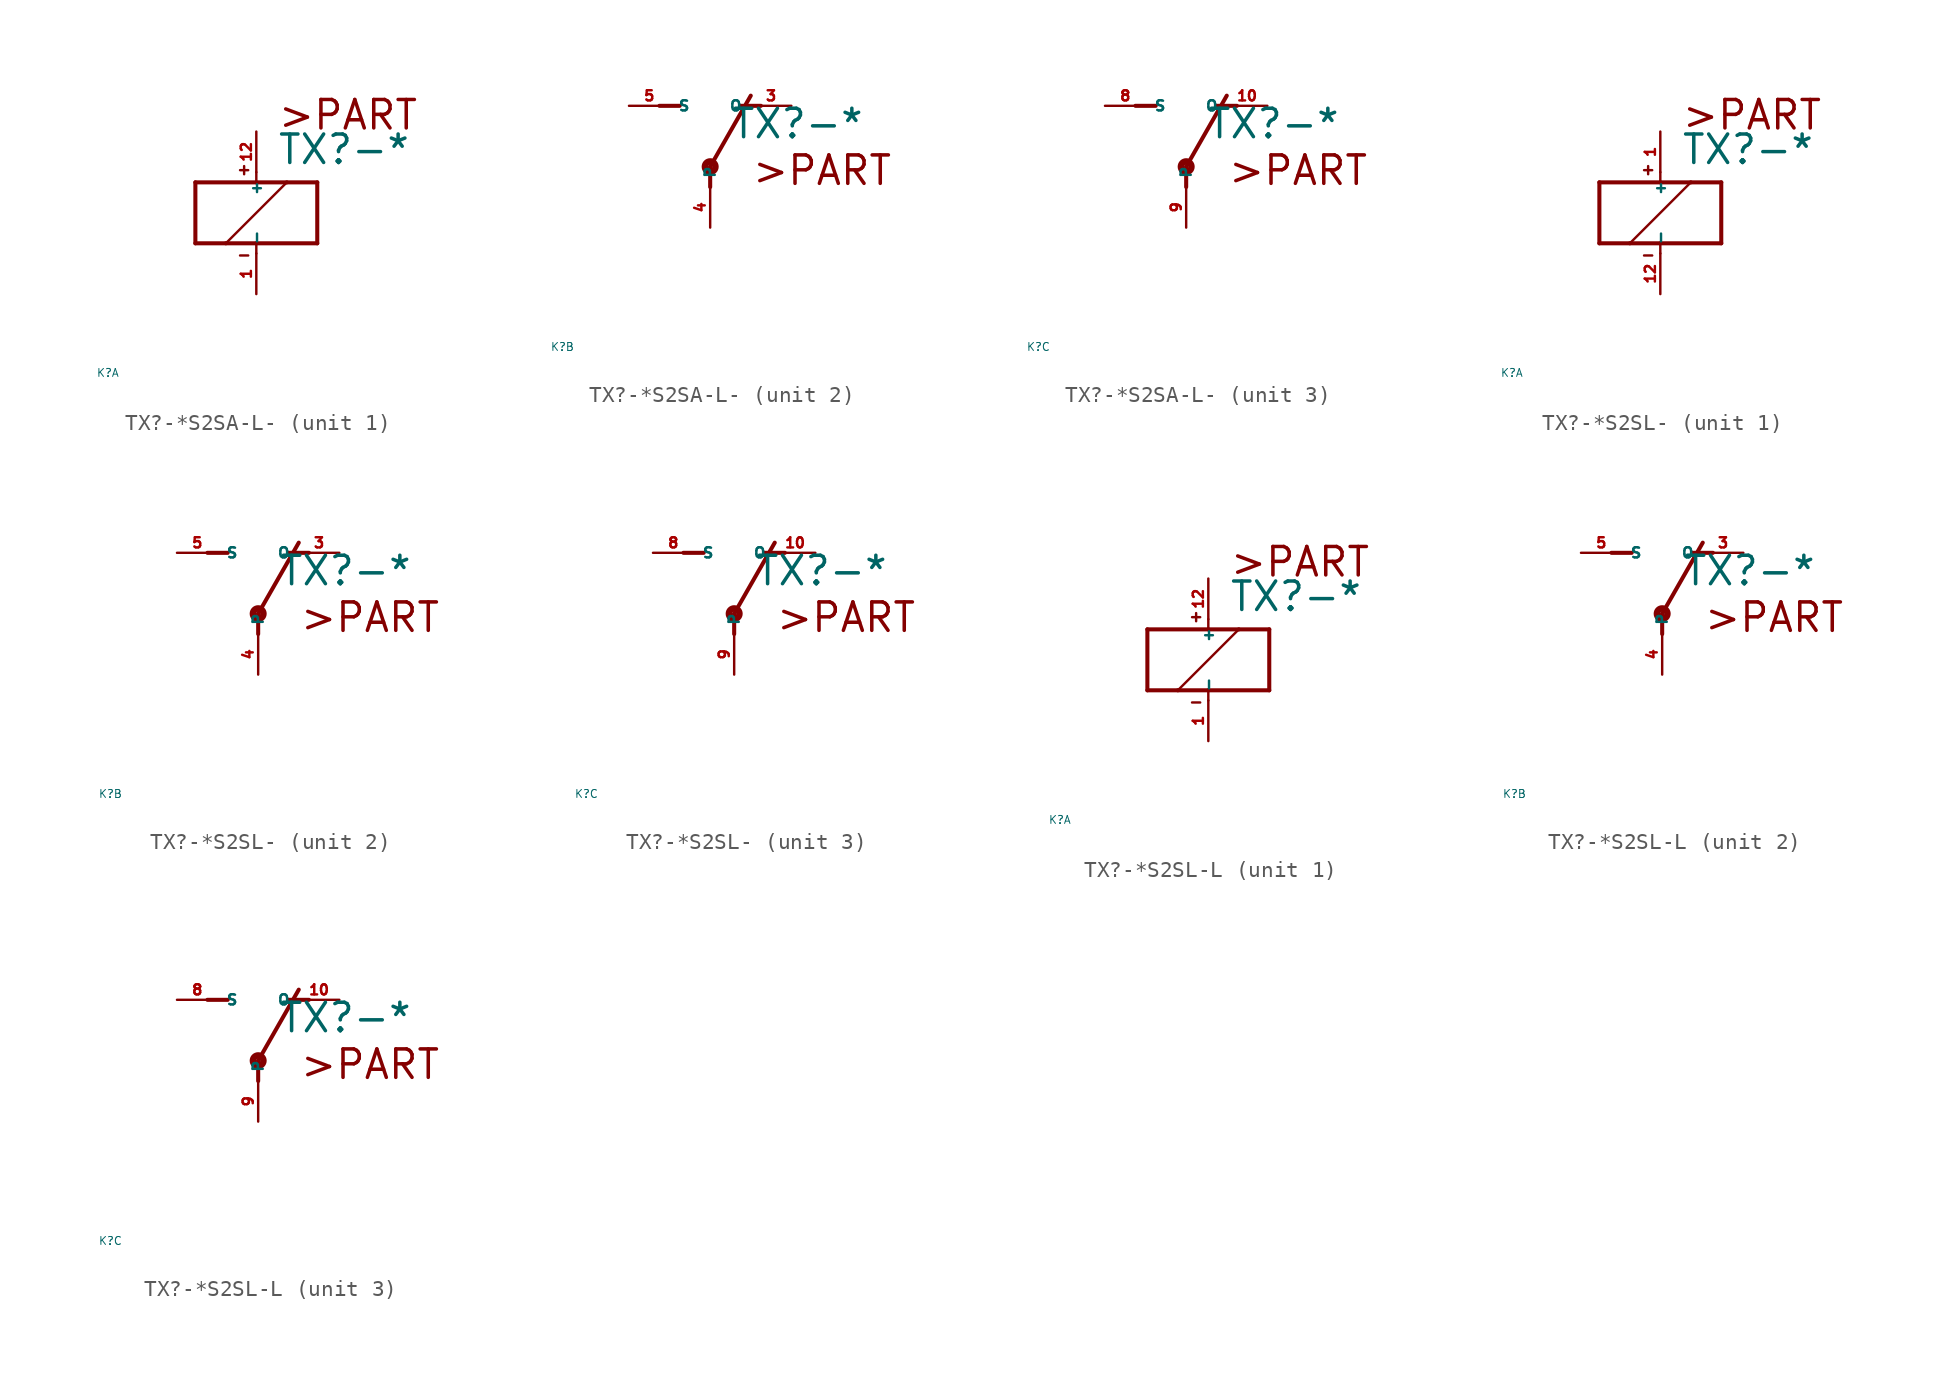
<source format=kicad_sym>
(kicad_symbol_lib
  (version 20220914)
  (generator Eagle2Kicad)
  (symbol "TX?-*S2SA-L-"
    (property "Reference" "K"
      (at -10 -10 0)
      (effects (font (size 0.5 0.5) (thickness 0.06)) (justify left)))
    (property "Value" "TX?-*"
      (at 1.27 2.921 0)
      (effects (font (size 1.778 1.778) (thickness 0.22)) (justify left bottom)))
    (symbol "TX?-*S2SA-L-_1_0"
      (polyline (pts (xy -3.81 -1.905) (xy -1.905 -1.905)) (stroke (width 0.254) (type default)) (fill (type none)))
      (polyline (pts (xy 3.81 -1.905) (xy 3.81 1.905)) (stroke (width 0.254) (type default)) (fill (type none)))
      (polyline (pts (xy 3.81 1.905) (xy 1.905 1.905)) (stroke (width 0.254) (type default)) (fill (type none)))
      (polyline (pts (xy -3.81 1.905) (xy -3.81 -1.905)) (stroke (width 0.254) (type default)) (fill (type none)))
      (polyline (pts (xy 0 -2.54) (xy 0 -1.905)) (stroke (width 0.152) (type default)) (fill (type none)))
      (polyline (pts (xy 0 -1.905) (xy 3.81 -1.905)) (stroke (width 0.254) (type default)) (fill (type none)))
      (polyline (pts (xy 0 2.54) (xy 0 1.905)) (stroke (width 0.152) (type default)) (fill (type none)))
      (polyline (pts (xy 0 1.905) (xy -3.81 1.905)) (stroke (width 0.254) (type default)) (fill (type none)))
      (polyline (pts (xy -1.905 -1.905) (xy 1.905 1.905)) (stroke (width 0.152) (type default)) (fill (type none)))
      (polyline (pts (xy -1.905 -1.905) (xy 0 -1.905)) (stroke (width 0.254) (type default)) (fill (type none)))
      (polyline (pts (xy 1.905 1.905) (xy 0 1.905)) (stroke (width 0.254) (type default)) (fill (type none)))
      (polyline (pts (xy -1.016 2.667) (xy -0.508 2.667)) (stroke (width 0.152) (type default)) (fill (type none)))
      (polyline (pts (xy -0.762 2.921) (xy -0.762 2.413)) (stroke (width 0.152) (type default)) (fill (type none)))
      (polyline (pts (xy -1.016 -2.667) (xy -0.508 -2.667)) (stroke (width 0.152) (type default)) (fill (type none)))
      (text ">PART" (at 1.27 5.08 0) (effects (font (size 1.778 1.778) (thickness 0.22)) (justify left bottom)))
      (pin passive line (at 0 -5.08 90) (length 2.54) (name "-" (effects (font (size 0.635 0.635) (thickness 0.08)) (justify left bottom))) (number "1" (effects (font (size 0.635 0.635) (thickness 0.08)) (justify left bottom))))
      (pin passive line (at 0 5.08 270) (length 2.54) (name "+" (effects (font (size 0.635 0.635) (thickness 0.08)) (justify left bottom))) (number "12" (effects (font (size 0.635 0.635) (thickness 0.08)) (justify left bottom)))))
    (symbol "TX?-*S2SA-L-_2_0"
      (polyline (pts (xy 3.175 5.08) (xy 1.905 5.08)) (stroke (width 0.254) (type default)) (fill (type none)))
      (polyline (pts (xy -3.175 5.08) (xy -1.905 5.08)) (stroke (width 0.254) (type default)) (fill (type none)))
      (polyline (pts (xy 0 1.27) (xy 2.54 5.715)) (stroke (width 0.254) (type default)) (fill (type none)))
      (polyline (pts (xy 0 1.27) (xy 0 0)) (stroke (width 0.254) (type default)) (fill (type none)))
      (text ">PART" (at 2.54 0 0) (effects (font (size 1.778 1.778) (thickness 0.22)) (justify left bottom)))
      (circle (center 0 1.27) (radius 0.127) (stroke (width 0.406) (type default)) (fill (type none)))
      (pin passive line (at 5.08 5.08 180) (length 2.54) (name "O" (effects (font (size 0.635 0.635) (thickness 0.08)) (justify left bottom))) (number "3" (effects (font (size 0.635 0.635) (thickness 0.08)) (justify left bottom))))
      (pin passive line (at -5.08 5.08 0) (length 2.54) (name "S" (effects (font (size 0.635 0.635) (thickness 0.08)) (justify left bottom))) (number "5" (effects (font (size 0.635 0.635) (thickness 0.08)) (justify left bottom))))
      (pin passive line (at 0 -2.54 90) (length 2.54) (name "P" (effects (font (size 0.635 0.635) (thickness 0.08)) (justify left bottom))) (number "4" (effects (font (size 0.635 0.635) (thickness 0.08)) (justify left bottom)))))
    (symbol "TX?-*S2SA-L-_3_0"
      (polyline (pts (xy 3.175 5.08) (xy 1.905 5.08)) (stroke (width 0.254) (type default)) (fill (type none)))
      (polyline (pts (xy -3.175 5.08) (xy -1.905 5.08)) (stroke (width 0.254) (type default)) (fill (type none)))
      (polyline (pts (xy 0 1.27) (xy 2.54 5.715)) (stroke (width 0.254) (type default)) (fill (type none)))
      (polyline (pts (xy 0 1.27) (xy 0 0)) (stroke (width 0.254) (type default)) (fill (type none)))
      (text ">PART" (at 2.54 0 0) (effects (font (size 1.778 1.778) (thickness 0.22)) (justify left bottom)))
      (circle (center 0 1.27) (radius 0.127) (stroke (width 0.406) (type default)) (fill (type none)))
      (pin passive line (at 5.08 5.08 180) (length 2.54) (name "O" (effects (font (size 0.635 0.635) (thickness 0.08)) (justify left bottom))) (number "10" (effects (font (size 0.635 0.635) (thickness 0.08)) (justify left bottom))))
      (pin passive line (at -5.08 5.08 0) (length 2.54) (name "S" (effects (font (size 0.635 0.635) (thickness 0.08)) (justify left bottom))) (number "8" (effects (font (size 0.635 0.635) (thickness 0.08)) (justify left bottom))))
      (pin passive line (at 0 -2.54 90) (length 2.54) (name "P" (effects (font (size 0.635 0.635) (thickness 0.08)) (justify left bottom))) (number "9" (effects (font (size 0.635 0.635) (thickness 0.08)) (justify left bottom))))))
  (symbol "TX?-*S2SL-"
    (property "Reference" "K"
      (at -10 -10 0)
      (effects (font (size 0.5 0.5) (thickness 0.06)) (justify left)))
    (property "Value" "TX?-*"
      (at 1.27 2.921 0)
      (effects (font (size 1.778 1.778) (thickness 0.22)) (justify left bottom)))
    (symbol "TX?-*S2SL-_1_0"
      (polyline (pts (xy -3.81 -1.905) (xy -1.905 -1.905)) (stroke (width 0.254) (type default)) (fill (type none)))
      (polyline (pts (xy 3.81 -1.905) (xy 3.81 1.905)) (stroke (width 0.254) (type default)) (fill (type none)))
      (polyline (pts (xy 3.81 1.905) (xy 1.905 1.905)) (stroke (width 0.254) (type default)) (fill (type none)))
      (polyline (pts (xy -3.81 1.905) (xy -3.81 -1.905)) (stroke (width 0.254) (type default)) (fill (type none)))
      (polyline (pts (xy 0 -2.54) (xy 0 -1.905)) (stroke (width 0.152) (type default)) (fill (type none)))
      (polyline (pts (xy 0 -1.905) (xy 3.81 -1.905)) (stroke (width 0.254) (type default)) (fill (type none)))
      (polyline (pts (xy 0 2.54) (xy 0 1.905)) (stroke (width 0.152) (type default)) (fill (type none)))
      (polyline (pts (xy 0 1.905) (xy -3.81 1.905)) (stroke (width 0.254) (type default)) (fill (type none)))
      (polyline (pts (xy -1.905 -1.905) (xy 1.905 1.905)) (stroke (width 0.152) (type default)) (fill (type none)))
      (polyline (pts (xy -1.905 -1.905) (xy 0 -1.905)) (stroke (width 0.254) (type default)) (fill (type none)))
      (polyline (pts (xy 1.905 1.905) (xy 0 1.905)) (stroke (width 0.254) (type default)) (fill (type none)))
      (polyline (pts (xy -1.016 2.667) (xy -0.508 2.667)) (stroke (width 0.152) (type default)) (fill (type none)))
      (polyline (pts (xy -0.762 2.921) (xy -0.762 2.413)) (stroke (width 0.152) (type default)) (fill (type none)))
      (polyline (pts (xy -1.016 -2.667) (xy -0.508 -2.667)) (stroke (width 0.152) (type default)) (fill (type none)))
      (text ">PART" (at 1.27 5.08 0) (effects (font (size 1.778 1.778) (thickness 0.22)) (justify left bottom)))
      (pin passive line (at 0 -5.08 90) (length 2.54) (name "-" (effects (font (size 0.635 0.635) (thickness 0.08)) (justify left bottom))) (number "12" (effects (font (size 0.635 0.635) (thickness 0.08)) (justify left bottom))))
      (pin passive line (at 0 5.08 270) (length 2.54) (name "+" (effects (font (size 0.635 0.635) (thickness 0.08)) (justify left bottom))) (number "1" (effects (font (size 0.635 0.635) (thickness 0.08)) (justify left bottom)))))
    (symbol "TX?-*S2SL-_2_0"
      (polyline (pts (xy 3.175 5.08) (xy 1.905 5.08)) (stroke (width 0.254) (type default)) (fill (type none)))
      (polyline (pts (xy -3.175 5.08) (xy -1.905 5.08)) (stroke (width 0.254) (type default)) (fill (type none)))
      (polyline (pts (xy 0 1.27) (xy 2.54 5.715)) (stroke (width 0.254) (type default)) (fill (type none)))
      (polyline (pts (xy 0 1.27) (xy 0 0)) (stroke (width 0.254) (type default)) (fill (type none)))
      (text ">PART" (at 2.54 0 0) (effects (font (size 1.778 1.778) (thickness 0.22)) (justify left bottom)))
      (circle (center 0 1.27) (radius 0.127) (stroke (width 0.406) (type default)) (fill (type none)))
      (pin passive line (at 5.08 5.08 180) (length 2.54) (name "O" (effects (font (size 0.635 0.635) (thickness 0.08)) (justify left bottom))) (number "3" (effects (font (size 0.635 0.635) (thickness 0.08)) (justify left bottom))))
      (pin passive line (at -5.08 5.08 0) (length 2.54) (name "S" (effects (font (size 0.635 0.635) (thickness 0.08)) (justify left bottom))) (number "5" (effects (font (size 0.635 0.635) (thickness 0.08)) (justify left bottom))))
      (pin passive line (at 0 -2.54 90) (length 2.54) (name "P" (effects (font (size 0.635 0.635) (thickness 0.08)) (justify left bottom))) (number "4" (effects (font (size 0.635 0.635) (thickness 0.08)) (justify left bottom)))))
    (symbol "TX?-*S2SL-_3_0"
      (polyline (pts (xy 3.175 5.08) (xy 1.905 5.08)) (stroke (width 0.254) (type default)) (fill (type none)))
      (polyline (pts (xy -3.175 5.08) (xy -1.905 5.08)) (stroke (width 0.254) (type default)) (fill (type none)))
      (polyline (pts (xy 0 1.27) (xy 2.54 5.715)) (stroke (width 0.254) (type default)) (fill (type none)))
      (polyline (pts (xy 0 1.27) (xy 0 0)) (stroke (width 0.254) (type default)) (fill (type none)))
      (text ">PART" (at 2.54 0 0) (effects (font (size 1.778 1.778) (thickness 0.22)) (justify left bottom)))
      (circle (center 0 1.27) (radius 0.127) (stroke (width 0.406) (type default)) (fill (type none)))
      (pin passive line (at 5.08 5.08 180) (length 2.54) (name "O" (effects (font (size 0.635 0.635) (thickness 0.08)) (justify left bottom))) (number "10" (effects (font (size 0.635 0.635) (thickness 0.08)) (justify left bottom))))
      (pin passive line (at -5.08 5.08 0) (length 2.54) (name "S" (effects (font (size 0.635 0.635) (thickness 0.08)) (justify left bottom))) (number "8" (effects (font (size 0.635 0.635) (thickness 0.08)) (justify left bottom))))
      (pin passive line (at 0 -2.54 90) (length 2.54) (name "P" (effects (font (size 0.635 0.635) (thickness 0.08)) (justify left bottom))) (number "9" (effects (font (size 0.635 0.635) (thickness 0.08)) (justify left bottom))))))
  (symbol "TX?-*S2SL-L"
    (property "Reference" "K"
      (at -10 -10 0)
      (effects (font (size 0.5 0.5) (thickness 0.06)) (justify left)))
    (property "Value" "TX?-*"
      (at 1.27 2.921 0)
      (effects (font (size 1.778 1.778) (thickness 0.22)) (justify left bottom)))
    (symbol "TX?-*S2SL-L_1_0"
      (polyline (pts (xy -3.81 -1.905) (xy -1.905 -1.905)) (stroke (width 0.254) (type default)) (fill (type none)))
      (polyline (pts (xy 3.81 -1.905) (xy 3.81 1.905)) (stroke (width 0.254) (type default)) (fill (type none)))
      (polyline (pts (xy 3.81 1.905) (xy 1.905 1.905)) (stroke (width 0.254) (type default)) (fill (type none)))
      (polyline (pts (xy -3.81 1.905) (xy -3.81 -1.905)) (stroke (width 0.254) (type default)) (fill (type none)))
      (polyline (pts (xy 0 -2.54) (xy 0 -1.905)) (stroke (width 0.152) (type default)) (fill (type none)))
      (polyline (pts (xy 0 -1.905) (xy 3.81 -1.905)) (stroke (width 0.254) (type default)) (fill (type none)))
      (polyline (pts (xy 0 2.54) (xy 0 1.905)) (stroke (width 0.152) (type default)) (fill (type none)))
      (polyline (pts (xy 0 1.905) (xy -3.81 1.905)) (stroke (width 0.254) (type default)) (fill (type none)))
      (polyline (pts (xy -1.905 -1.905) (xy 1.905 1.905)) (stroke (width 0.152) (type default)) (fill (type none)))
      (polyline (pts (xy -1.905 -1.905) (xy 0 -1.905)) (stroke (width 0.254) (type default)) (fill (type none)))
      (polyline (pts (xy 1.905 1.905) (xy 0 1.905)) (stroke (width 0.254) (type default)) (fill (type none)))
      (polyline (pts (xy -1.016 2.667) (xy -0.508 2.667)) (stroke (width 0.152) (type default)) (fill (type none)))
      (polyline (pts (xy -0.762 2.921) (xy -0.762 2.413)) (stroke (width 0.152) (type default)) (fill (type none)))
      (polyline (pts (xy -1.016 -2.667) (xy -0.508 -2.667)) (stroke (width 0.152) (type default)) (fill (type none)))
      (text ">PART" (at 1.27 5.08 0) (effects (font (size 1.778 1.778) (thickness 0.22)) (justify left bottom)))
      (pin passive line (at 0 -5.08 90) (length 2.54) (name "-" (effects (font (size 0.635 0.635) (thickness 0.08)) (justify left bottom))) (number "1" (effects (font (size 0.635 0.635) (thickness 0.08)) (justify left bottom))))
      (pin passive line (at 0 5.08 270) (length 2.54) (name "+" (effects (font (size 0.635 0.635) (thickness 0.08)) (justify left bottom))) (number "12" (effects (font (size 0.635 0.635) (thickness 0.08)) (justify left bottom)))))
    (symbol "TX?-*S2SL-L_2_0"
      (polyline (pts (xy 3.175 5.08) (xy 1.905 5.08)) (stroke (width 0.254) (type default)) (fill (type none)))
      (polyline (pts (xy -3.175 5.08) (xy -1.905 5.08)) (stroke (width 0.254) (type default)) (fill (type none)))
      (polyline (pts (xy 0 1.27) (xy 2.54 5.715)) (stroke (width 0.254) (type default)) (fill (type none)))
      (polyline (pts (xy 0 1.27) (xy 0 0)) (stroke (width 0.254) (type default)) (fill (type none)))
      (text ">PART" (at 2.54 0 0) (effects (font (size 1.778 1.778) (thickness 0.22)) (justify left bottom)))
      (circle (center 0 1.27) (radius 0.127) (stroke (width 0.406) (type default)) (fill (type none)))
      (pin passive line (at 5.08 5.08 180) (length 2.54) (name "O" (effects (font (size 0.635 0.635) (thickness 0.08)) (justify left bottom))) (number "3" (effects (font (size 0.635 0.635) (thickness 0.08)) (justify left bottom))))
      (pin passive line (at -5.08 5.08 0) (length 2.54) (name "S" (effects (font (size 0.635 0.635) (thickness 0.08)) (justify left bottom))) (number "5" (effects (font (size 0.635 0.635) (thickness 0.08)) (justify left bottom))))
      (pin passive line (at 0 -2.54 90) (length 2.54) (name "P" (effects (font (size 0.635 0.635) (thickness 0.08)) (justify left bottom))) (number "4" (effects (font (size 0.635 0.635) (thickness 0.08)) (justify left bottom)))))
    (symbol "TX?-*S2SL-L_3_0"
      (polyline (pts (xy 3.175 5.08) (xy 1.905 5.08)) (stroke (width 0.254) (type default)) (fill (type none)))
      (polyline (pts (xy -3.175 5.08) (xy -1.905 5.08)) (stroke (width 0.254) (type default)) (fill (type none)))
      (polyline (pts (xy 0 1.27) (xy 2.54 5.715)) (stroke (width 0.254) (type default)) (fill (type none)))
      (polyline (pts (xy 0 1.27) (xy 0 0)) (stroke (width 0.254) (type default)) (fill (type none)))
      (text ">PART" (at 2.54 0 0) (effects (font (size 1.778 1.778) (thickness 0.22)) (justify left bottom)))
      (circle (center 0 1.27) (radius 0.127) (stroke (width 0.406) (type default)) (fill (type none)))
      (pin passive line (at 5.08 5.08 180) (length 2.54) (name "O" (effects (font (size 0.635 0.635) (thickness 0.08)) (justify left bottom))) (number "10" (effects (font (size 0.635 0.635) (thickness 0.08)) (justify left bottom))))
      (pin passive line (at -5.08 5.08 0) (length 2.54) (name "S" (effects (font (size 0.635 0.635) (thickness 0.08)) (justify left bottom))) (number "8" (effects (font (size 0.635 0.635) (thickness 0.08)) (justify left bottom))))
      (pin passive line (at 0 -2.54 90) (length 2.54) (name "P" (effects (font (size 0.635 0.635) (thickness 0.08)) (justify left bottom))) (number "9" (effects (font (size 0.635 0.635) (thickness 0.08)) (justify left bottom)))))))
</source>
